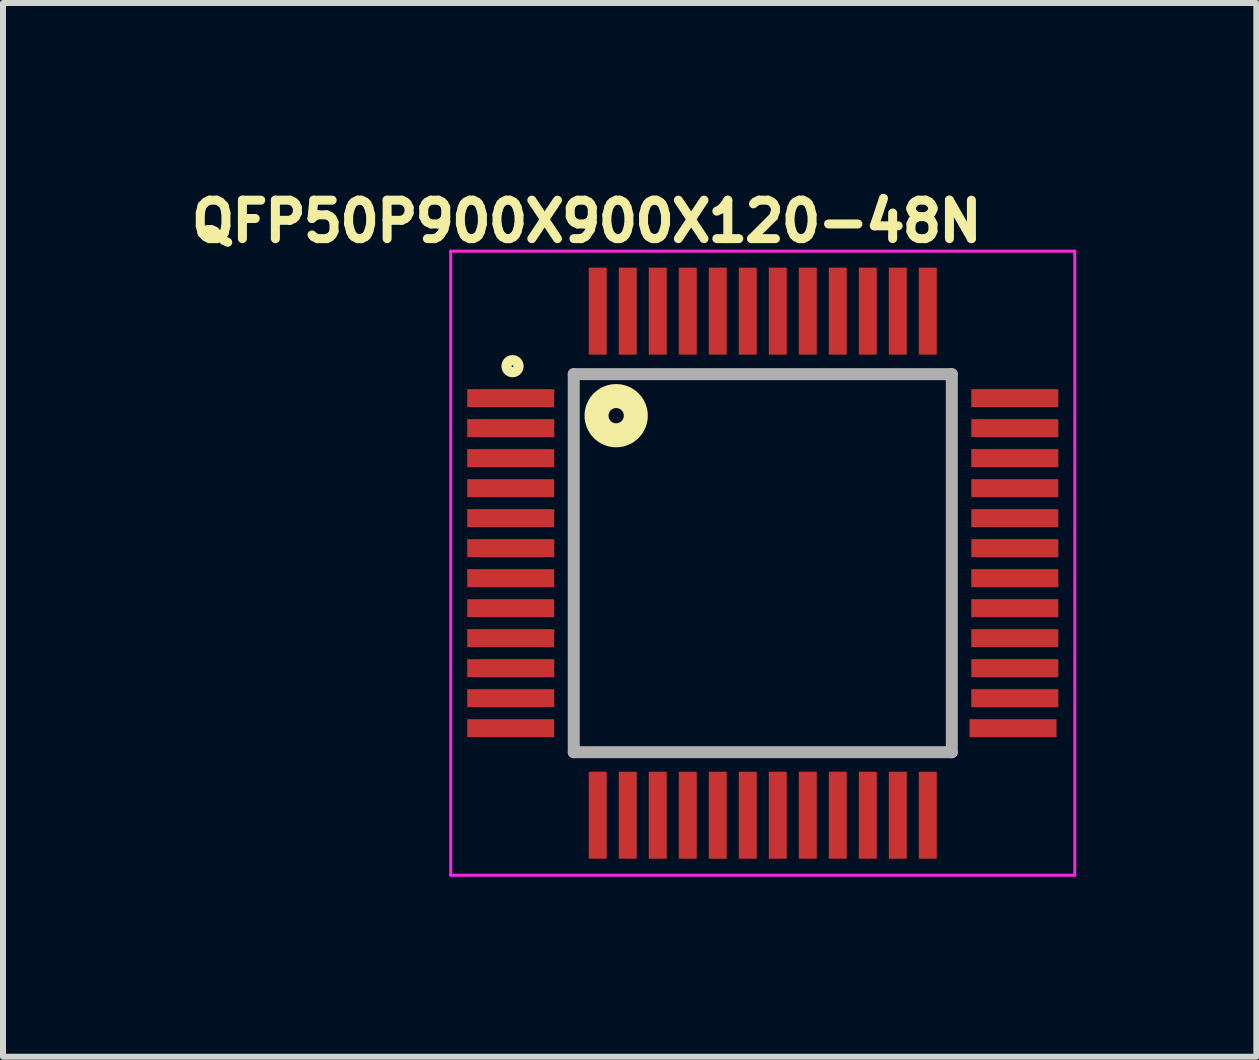
<source format=kicad_pcb>
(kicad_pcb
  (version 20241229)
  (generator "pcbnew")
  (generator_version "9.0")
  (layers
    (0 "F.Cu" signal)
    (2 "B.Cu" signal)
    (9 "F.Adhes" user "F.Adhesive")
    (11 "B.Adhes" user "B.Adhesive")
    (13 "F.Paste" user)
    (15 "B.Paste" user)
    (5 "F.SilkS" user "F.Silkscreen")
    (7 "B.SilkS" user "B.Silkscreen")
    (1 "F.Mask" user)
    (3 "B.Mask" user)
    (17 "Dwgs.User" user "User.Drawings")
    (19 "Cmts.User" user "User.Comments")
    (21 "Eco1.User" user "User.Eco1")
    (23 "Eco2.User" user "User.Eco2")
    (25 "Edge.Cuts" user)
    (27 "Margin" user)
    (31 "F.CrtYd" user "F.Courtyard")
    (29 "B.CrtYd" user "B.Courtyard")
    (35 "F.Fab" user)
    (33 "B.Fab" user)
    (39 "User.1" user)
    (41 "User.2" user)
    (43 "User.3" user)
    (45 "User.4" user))
  (footprint "QFP50P900X900X120-48N"
    (layer "F.Cu")
    (at 9.661 6.335)
    (property "Reference" "QFP50P900X900X120-48N" (at -2.933 -5.697 0) (layer "F.SilkS") (effects (font (size 0.641 0.641) (thickness 0.15))))
    (attr through_hole)
    (fp_circle (center -4.17 -3.283) (end -4.07 -3.283) (stroke (width 0.17) (type solid)) (fill no) (layer "F.SilkS"))
    (fp_circle (center -2.443 -2.458) (end -2.316 -2.458) (stroke (width 0.4) (type solid)) (fill no) (layer "F.SilkS"))
    (fp_line (start -5.2 -5.2) (end 5.2 -5.2) (stroke (width 0.05) (type solid)) (layer "F.CrtYd"))
    (fp_line (start -5.2 5.2) (end -5.2 -5.2) (stroke (width 0.05) (type solid)) (layer "F.CrtYd"))
    (fp_line (start 5.2 -5.2) (end 5.2 5.2) (stroke (width 0.05) (type solid)) (layer "F.CrtYd"))
    (fp_line (start 5.2 5.2) (end -5.2 5.2) (stroke (width 0.05) (type solid)) (layer "F.CrtYd"))
    (fp_line (start -3.15 3.15) (end -3.15 -3.15) (stroke (width 0.2) (type solid)) (layer "F.Fab"))
    (fp_line (start 3.15 -3.15) (end -3.15 -3.15) (stroke (width 0.2) (type solid)) (layer "F.Fab"))
    (fp_line (start 3.15 3.15) (end -3.15 3.15) (stroke (width 0.2) (type solid)) (layer "F.Fab"))
    (fp_line (start 3.15 3.15) (end 3.15 -3.15) (stroke (width 0.2) (type solid)) (layer "F.Fab"))
    (pad "1" smd rect (at -4.2 -2.75 180) (size 1.45 0.3) (layers "F.Cu" "F.Mask" "F.Paste"))
    (pad "2" smd rect (at -4.2 -2.25 180) (size 1.45 0.3) (layers "F.Cu" "F.Mask" "F.Paste"))
    (pad "3" smd rect (at -4.2 -1.75 180) (size 1.45 0.3) (layers "F.Cu" "F.Mask" "F.Paste"))
    (pad "4" smd rect (at -4.2 -1.25 180) (size 1.45 0.3) (layers "F.Cu" "F.Mask" "F.Paste"))
    (pad "5" smd rect (at -4.2 -0.75 180) (size 1.45 0.3) (layers "F.Cu" "F.Mask" "F.Paste"))
    (pad "6" smd rect (at -4.2 -0.25 180) (size 1.45 0.3) (layers "F.Cu" "F.Mask" "F.Paste"))
    (pad "7" smd rect (at -4.2 0.25 180) (size 1.45 0.3) (layers "F.Cu" "F.Mask" "F.Paste"))
    (pad "8" smd rect (at -4.2 0.75 180) (size 1.45 0.3) (layers "F.Cu" "F.Mask" "F.Paste"))
    (pad "9" smd rect (at -4.2 1.25 180) (size 1.45 0.3) (layers "F.Cu" "F.Mask" "F.Paste"))
    (pad "10" smd rect (at -4.2 1.75 180) (size 1.45 0.3) (layers "F.Cu" "F.Mask" "F.Paste"))
    (pad "11" smd rect (at -4.2 2.25 180) (size 1.45 0.3) (layers "F.Cu" "F.Mask" "F.Paste"))
    (pad "12" smd rect (at -4.2 2.75 180) (size 1.45 0.3) (layers "F.Cu" "F.Mask" "F.Paste"))
    (pad "13" smd rect (at -2.75 4.2 270) (size 1.45 0.3) (layers "F.Cu" "F.Mask" "F.Paste"))
    (pad "14" smd rect (at -2.25 4.2 270) (size 1.45 0.3) (layers "F.Cu" "F.Mask" "F.Paste"))
    (pad "15" smd rect (at -1.75 4.2 270) (size 1.45 0.3) (layers "F.Cu" "F.Mask" "F.Paste"))
    (pad "16" smd rect (at -1.25 4.2 270) (size 1.45 0.3) (layers "F.Cu" "F.Mask" "F.Paste"))
    (pad "17" smd rect (at -0.75 4.2 90) (size 1.45 0.3) (layers "F.Cu" "F.Mask" "F.Paste"))
    (pad "18" smd rect (at -0.25 4.2 270) (size 1.45 0.3) (layers "F.Cu" "F.Mask" "F.Paste"))
    (pad "19" smd rect (at 0.25 4.2 90) (size 1.45 0.3) (layers "F.Cu" "F.Mask" "F.Paste"))
    (pad "20" smd rect (at 0.75 4.2 90) (size 1.45 0.3) (layers "F.Cu" "F.Mask" "F.Paste"))
    (pad "21" smd rect (at 1.25 4.2 90) (size 1.45 0.3) (layers "F.Cu" "F.Mask" "F.Paste"))
    (pad "22" smd rect (at 1.75 4.2 90) (size 1.45 0.3) (layers "F.Cu" "F.Mask" "F.Paste"))
    (pad "23" smd rect (at 2.25 4.2 90) (size 1.45 0.3) (layers "F.Cu" "F.Mask" "F.Paste"))
    (pad "24" smd rect (at 2.75 4.2 90) (size 1.45 0.3) (layers "F.Cu" "F.Mask" "F.Paste"))
    (pad "25" smd rect (at 4.17 2.75) (size 1.45 0.3) (layers "F.Cu" "F.Mask" "F.Paste"))
    (pad "26" smd rect (at 4.2 2.25) (size 1.45 0.3) (layers "F.Cu" "F.Mask" "F.Paste"))
    (pad "27" smd rect (at 4.2 1.75) (size 1.45 0.3) (layers "F.Cu" "F.Mask" "F.Paste"))
    (pad "28" smd rect (at 4.2 1.25) (size 1.45 0.3) (layers "F.Cu" "F.Mask" "F.Paste"))
    (pad "29" smd rect (at 4.2 0.75) (size 1.45 0.3) (layers "F.Cu" "F.Mask" "F.Paste"))
    (pad "30" smd rect (at 4.2 0.25) (size 1.45 0.3) (layers "F.Cu" "F.Mask" "F.Paste"))
    (pad "31" smd rect (at 4.2 -0.25) (size 1.45 0.3) (layers "F.Cu" "F.Mask" "F.Paste"))
    (pad "32" smd rect (at 4.2 -0.75) (size 1.45 0.3) (layers "F.Cu" "F.Mask" "F.Paste"))
    (pad "33" smd rect (at 4.2 -1.25) (size 1.45 0.3) (layers "F.Cu" "F.Mask" "F.Paste"))
    (pad "34" smd rect (at 4.2 -1.75) (size 1.45 0.3) (layers "F.Cu" "F.Mask" "F.Paste"))
    (pad "35" smd rect (at 4.2 -2.25) (size 1.45 0.3) (layers "F.Cu" "F.Mask" "F.Paste"))
    (pad "36" smd rect (at 4.2 -2.75) (size 1.45 0.3) (layers "F.Cu" "F.Mask" "F.Paste"))
    (pad "37" smd rect (at 2.75 -4.2 90) (size 1.45 0.3) (layers "F.Cu" "F.Mask" "F.Paste"))
    (pad "38" smd rect (at 2.25 -4.2 90) (size 1.45 0.3) (layers "F.Cu" "F.Mask" "F.Paste"))
    (pad "39" smd rect (at 1.75 -4.2 90) (size 1.45 0.3) (layers "F.Cu" "F.Mask" "F.Paste"))
    (pad "40" smd rect (at 1.25 -4.2 90) (size 1.45 0.3) (layers "F.Cu" "F.Mask" "F.Paste"))
    (pad "41" smd rect (at 0.75 -4.2 90) (size 1.45 0.3) (layers "F.Cu" "F.Mask" "F.Paste"))
    (pad "42" smd rect (at 0.25 -4.2 90) (size 1.45 0.3) (layers "F.Cu" "F.Mask" "F.Paste"))
    (pad "43" smd rect (at -0.25 -4.2 270) (size 1.45 0.3) (layers "F.Cu" "F.Mask" "F.Paste"))
    (pad "44" smd rect (at -0.75 -4.2 270) (size 1.45 0.3) (layers "F.Cu" "F.Mask" "F.Paste"))
    (pad "45" smd rect (at -1.25 -4.2 270) (size 1.45 0.3) (layers "F.Cu" "F.Mask" "F.Paste"))
    (pad "46" smd rect (at -1.75 -4.2 270) (size 1.45 0.3) (layers "F.Cu" "F.Mask" "F.Paste"))
    (pad "47" smd rect (at -2.25 -4.2 270) (size 1.45 0.3) (layers "F.Cu" "F.Mask" "F.Paste"))
    (pad "48" smd rect (at -2.75 -4.2 270) (size 1.45 0.3) (layers "F.Cu" "F.Mask" "F.Paste")))
  (gr_rect
    (start -3 -3)
    (end 17.886 14.56)
    (stroke (width 0.1) (type default))
    (fill no)
    (layer "Edge.Cuts")))
</source>
